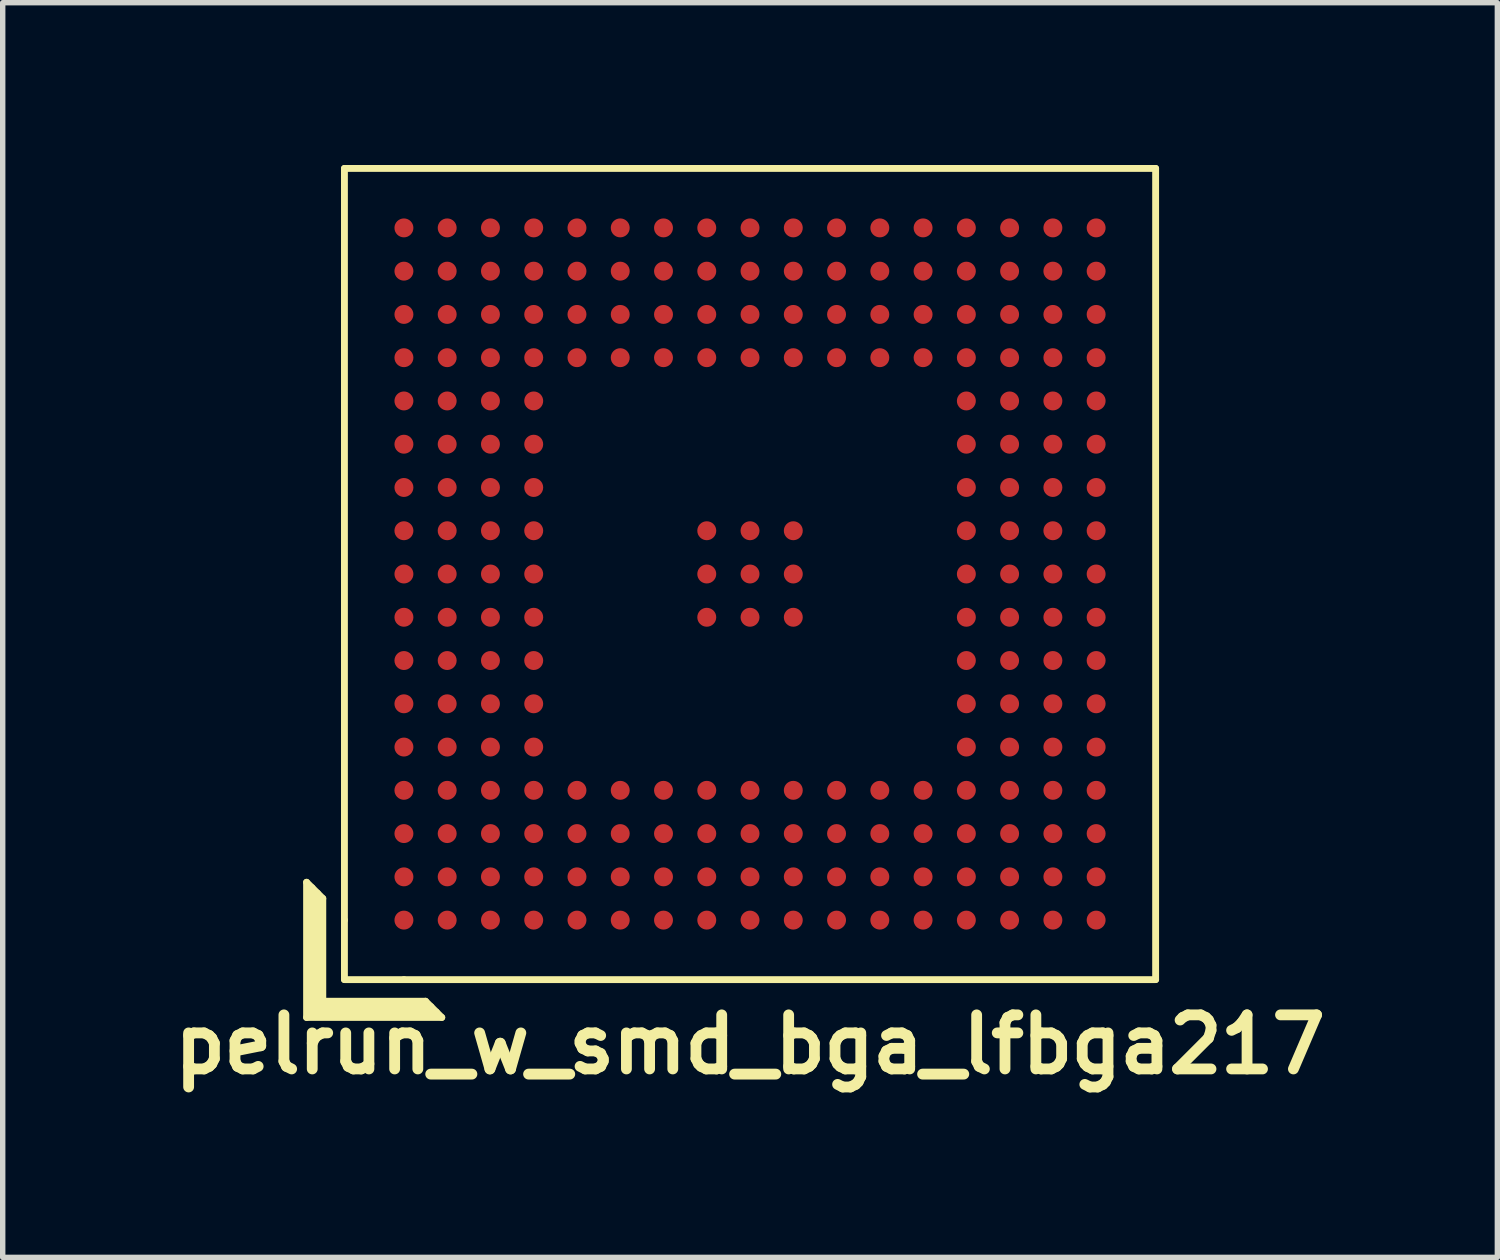
<source format=kicad_pcb>
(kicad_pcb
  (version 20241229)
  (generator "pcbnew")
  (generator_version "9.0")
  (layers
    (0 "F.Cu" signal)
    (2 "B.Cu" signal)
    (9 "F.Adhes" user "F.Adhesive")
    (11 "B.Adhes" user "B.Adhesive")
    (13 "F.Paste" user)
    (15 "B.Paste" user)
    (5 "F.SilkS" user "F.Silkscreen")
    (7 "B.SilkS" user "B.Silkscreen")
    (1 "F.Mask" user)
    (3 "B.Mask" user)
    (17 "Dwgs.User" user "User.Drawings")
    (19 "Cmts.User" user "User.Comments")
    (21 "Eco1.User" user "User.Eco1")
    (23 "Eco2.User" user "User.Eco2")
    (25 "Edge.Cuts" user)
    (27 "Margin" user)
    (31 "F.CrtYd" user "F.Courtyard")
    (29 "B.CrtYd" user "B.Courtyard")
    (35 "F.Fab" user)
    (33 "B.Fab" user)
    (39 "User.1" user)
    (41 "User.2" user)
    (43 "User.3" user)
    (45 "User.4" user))
  (footprint "pelrun_w_smd_bga_lfbga217"
    (layer "F.Cu")
    (at 10.819 7.564)
    (property "Reference" "pelrun_w_smd_bga_lfbga217" (at 0 8.7 0) (layer "F.SilkS") (effects (font (size 1 1) (thickness 0.2))))
    (attr through_hole)
    (fp_line (start -8.2 5.7) (end -7.9 6) (stroke (width 0.127) (type solid)) (layer "F.SilkS"))
    (fp_line (start -8.2 8.2) (end -8.2 5.7) (stroke (width 0.127) (type solid)) (layer "F.SilkS"))
    (fp_line (start -8.1 5.8) (end -8.1 8.1) (stroke (width 0.127) (type solid)) (layer "F.SilkS"))
    (fp_line (start -8.1 8.1) (end -5.8 8.1) (stroke (width 0.127) (type solid)) (layer "F.SilkS"))
    (fp_line (start -8 8) (end -8 5.9) (stroke (width 0.127) (type solid)) (layer "F.SilkS"))
    (fp_line (start -7.9 6) (end -7.9 7.9) (stroke (width 0.127) (type solid)) (layer "F.SilkS"))
    (fp_line (start -7.9 7.9) (end -6 7.9) (stroke (width 0.127) (type solid)) (layer "F.SilkS"))
    (fp_line (start -7.5 -7.5) (end 7.5 -7.5) (stroke (width 0.127) (type solid)) (layer "F.SilkS"))
    (fp_line (start -7.5 6.4) (end -7.5 -7.5) (stroke (width 0.127) (type solid)) (layer "F.SilkS"))
    (fp_line (start -7.5 6.4) (end -7.5 7.5) (stroke (width 0.127) (type solid)) (layer "F.SilkS"))
    (fp_line (start -7.5 7.5) (end -6.4 7.5) (stroke (width 0.127) (type solid)) (layer "F.SilkS"))
    (fp_line (start -6 7.9) (end -5.7 8.2) (stroke (width 0.127) (type solid)) (layer "F.SilkS"))
    (fp_line (start -5.9 8) (end -8 8) (stroke (width 0.127) (type solid)) (layer "F.SilkS"))
    (fp_line (start -5.7 8.2) (end -8.2 8.2) (stroke (width 0.127) (type solid)) (layer "F.SilkS"))
    (fp_line (start 7.5 -7.5) (end 7.5 7.5) (stroke (width 0.127) (type solid)) (layer "F.SilkS"))
    (fp_line (start 7.5 7.5) (end -6.4 7.5) (stroke (width 0.127) (type solid)) (layer "F.SilkS"))
    (pad "A1" smd circle (at -6.4 6.4) (size 0.35 0.35) (layers "F.Cu" "F.Mask" "F.Paste"))
    (pad "A2" smd circle (at -5.6 6.4) (size 0.35 0.35) (layers "F.Cu" "F.Mask" "F.Paste"))
    (pad "A3" smd circle (at -4.8 6.4) (size 0.35 0.35) (layers "F.Cu" "F.Mask" "F.Paste"))
    (pad "A4" smd circle (at -4 6.4) (size 0.35 0.35) (layers "F.Cu" "F.Mask" "F.Paste"))
    (pad "A5" smd circle (at -3.2 6.4) (size 0.35 0.35) (layers "F.Cu" "F.Mask" "F.Paste"))
    (pad "A6" smd circle (at -2.4 6.4) (size 0.35 0.35) (layers "F.Cu" "F.Mask" "F.Paste"))
    (pad "A7" smd circle (at -1.6 6.4) (size 0.35 0.35) (layers "F.Cu" "F.Mask" "F.Paste"))
    (pad "A8" smd circle (at -0.8 6.4) (size 0.35 0.35) (layers "F.Cu" "F.Mask" "F.Paste"))
    (pad "A9" smd circle (at 0 6.4) (size 0.35 0.35) (layers "F.Cu" "F.Mask" "F.Paste"))
    (pad "A10" smd circle (at 0.8 6.4) (size 0.35 0.35) (layers "F.Cu" "F.Mask" "F.Paste"))
    (pad "A11" smd circle (at 1.6 6.4) (size 0.35 0.35) (layers "F.Cu" "F.Mask" "F.Paste"))
    (pad "A12" smd circle (at 2.4 6.4) (size 0.35 0.35) (layers "F.Cu" "F.Mask" "F.Paste"))
    (pad "A13" smd circle (at 3.2 6.4) (size 0.35 0.35) (layers "F.Cu" "F.Mask" "F.Paste"))
    (pad "A14" smd circle (at 4 6.4) (size 0.35 0.35) (layers "F.Cu" "F.Mask" "F.Paste"))
    (pad "A15" smd circle (at 4.8 6.4) (size 0.35 0.35) (layers "F.Cu" "F.Mask" "F.Paste"))
    (pad "A16" smd circle (at 5.6 6.4) (size 0.35 0.35) (layers "F.Cu" "F.Mask" "F.Paste"))
    (pad "A17" smd circle (at 6.4 6.4) (size 0.35 0.35) (layers "F.Cu" "F.Mask" "F.Paste"))
    (pad "B1" smd circle (at -6.4 5.6) (size 0.35 0.35) (layers "F.Cu" "F.Mask" "F.Paste"))
    (pad "B2" smd circle (at -5.6 5.6) (size 0.35 0.35) (layers "F.Cu" "F.Mask" "F.Paste"))
    (pad "B3" smd circle (at -4.8 5.6) (size 0.35 0.35) (layers "F.Cu" "F.Mask" "F.Paste"))
    (pad "B4" smd circle (at -4 5.6) (size 0.35 0.35) (layers "F.Cu" "F.Mask" "F.Paste"))
    (pad "B5" smd circle (at -3.2 5.6) (size 0.35 0.35) (layers "F.Cu" "F.Mask" "F.Paste"))
    (pad "B6" smd circle (at -2.4 5.6) (size 0.35 0.35) (layers "F.Cu" "F.Mask" "F.Paste"))
    (pad "B7" smd circle (at -1.6 5.6) (size 0.35 0.35) (layers "F.Cu" "F.Mask" "F.Paste"))
    (pad "B8" smd circle (at -0.8 5.6) (size 0.35 0.35) (layers "F.Cu" "F.Mask" "F.Paste"))
    (pad "B9" smd circle (at 0 5.6) (size 0.35 0.35) (layers "F.Cu" "F.Mask" "F.Paste"))
    (pad "B10" smd circle (at 0.8 5.6) (size 0.35 0.35) (layers "F.Cu" "F.Mask" "F.Paste"))
    (pad "B11" smd circle (at 1.6 5.6) (size 0.35 0.35) (layers "F.Cu" "F.Mask" "F.Paste"))
    (pad "B12" smd circle (at 2.4 5.6) (size 0.35 0.35) (layers "F.Cu" "F.Mask" "F.Paste"))
    (pad "B13" smd circle (at 3.2 5.6) (size 0.35 0.35) (layers "F.Cu" "F.Mask" "F.Paste"))
    (pad "B14" smd circle (at 4 5.6) (size 0.35 0.35) (layers "F.Cu" "F.Mask" "F.Paste"))
    (pad "B15" smd circle (at 4.8 5.6) (size 0.35 0.35) (layers "F.Cu" "F.Mask" "F.Paste"))
    (pad "B16" smd circle (at 5.6 5.6) (size 0.35 0.35) (layers "F.Cu" "F.Mask" "F.Paste"))
    (pad "B17" smd circle (at 6.4 5.6) (size 0.35 0.35) (layers "F.Cu" "F.Mask" "F.Paste"))
    (pad "C1" smd circle (at -6.4 4.8) (size 0.35 0.35) (layers "F.Cu" "F.Mask" "F.Paste"))
    (pad "C2" smd circle (at -5.6 4.8) (size 0.35 0.35) (layers "F.Cu" "F.Mask" "F.Paste"))
    (pad "C3" smd circle (at -4.8 4.8) (size 0.35 0.35) (layers "F.Cu" "F.Mask" "F.Paste"))
    (pad "C4" smd circle (at -4 4.8) (size 0.35 0.35) (layers "F.Cu" "F.Mask" "F.Paste"))
    (pad "C5" smd circle (at -3.2 4.8) (size 0.35 0.35) (layers "F.Cu" "F.Mask" "F.Paste"))
    (pad "C6" smd circle (at -2.4 4.8) (size 0.35 0.35) (layers "F.Cu" "F.Mask" "F.Paste"))
    (pad "C7" smd circle (at -1.6 4.8) (size 0.35 0.35) (layers "F.Cu" "F.Mask" "F.Paste"))
    (pad "C8" smd circle (at -0.8 4.8) (size 0.35 0.35) (layers "F.Cu" "F.Mask" "F.Paste"))
    (pad "C9" smd circle (at 0 4.8) (size 0.35 0.35) (layers "F.Cu" "F.Mask" "F.Paste"))
    (pad "C10" smd circle (at 0.8 4.8) (size 0.35 0.35) (layers "F.Cu" "F.Mask" "F.Paste"))
    (pad "C11" smd circle (at 1.6 4.8) (size 0.35 0.35) (layers "F.Cu" "F.Mask" "F.Paste"))
    (pad "C12" smd circle (at 2.4 4.8) (size 0.35 0.35) (layers "F.Cu" "F.Mask" "F.Paste"))
    (pad "C13" smd circle (at 3.2 4.8) (size 0.35 0.35) (layers "F.Cu" "F.Mask" "F.Paste"))
    (pad "C14" smd circle (at 4 4.8) (size 0.35 0.35) (layers "F.Cu" "F.Mask" "F.Paste"))
    (pad "C15" smd circle (at 4.8 4.8) (size 0.35 0.35) (layers "F.Cu" "F.Mask" "F.Paste"))
    (pad "C16" smd circle (at 5.6 4.8) (size 0.35 0.35) (layers "F.Cu" "F.Mask" "F.Paste"))
    (pad "C17" smd circle (at 6.4 4.8) (size 0.35 0.35) (layers "F.Cu" "F.Mask" "F.Paste"))
    (pad "D1" smd circle (at -6.4 4) (size 0.35 0.35) (layers "F.Cu" "F.Mask" "F.Paste"))
    (pad "D2" smd circle (at -5.6 4) (size 0.35 0.35) (layers "F.Cu" "F.Mask" "F.Paste"))
    (pad "D3" smd circle (at -4.8 4) (size 0.35 0.35) (layers "F.Cu" "F.Mask" "F.Paste"))
    (pad "D4" smd circle (at -4 4) (size 0.35 0.35) (layers "F.Cu" "F.Mask" "F.Paste"))
    (pad "D5" smd circle (at -3.2 4) (size 0.35 0.35) (layers "F.Cu" "F.Mask" "F.Paste"))
    (pad "D6" smd circle (at -2.4 4) (size 0.35 0.35) (layers "F.Cu" "F.Mask" "F.Paste"))
    (pad "D7" smd circle (at -1.6 4) (size 0.35 0.35) (layers "F.Cu" "F.Mask" "F.Paste"))
    (pad "D8" smd circle (at -0.8 4) (size 0.35 0.35) (layers "F.Cu" "F.Mask" "F.Paste"))
    (pad "D9" smd circle (at 0 4) (size 0.35 0.35) (layers "F.Cu" "F.Mask" "F.Paste"))
    (pad "D10" smd circle (at 0.8 4) (size 0.35 0.35) (layers "F.Cu" "F.Mask" "F.Paste"))
    (pad "D11" smd circle (at 1.6 4) (size 0.35 0.35) (layers "F.Cu" "F.Mask" "F.Paste"))
    (pad "D12" smd circle (at 2.4 4) (size 0.35 0.35) (layers "F.Cu" "F.Mask" "F.Paste"))
    (pad "D13" smd circle (at 3.2 4) (size 0.35 0.35) (layers "F.Cu" "F.Mask" "F.Paste"))
    (pad "D14" smd circle (at 4 4) (size 0.35 0.35) (layers "F.Cu" "F.Mask" "F.Paste"))
    (pad "D15" smd circle (at 4.8 4) (size 0.35 0.35) (layers "F.Cu" "F.Mask" "F.Paste"))
    (pad "D16" smd circle (at 5.6 4) (size 0.35 0.35) (layers "F.Cu" "F.Mask" "F.Paste"))
    (pad "D17" smd circle (at 6.4 4) (size 0.35 0.35) (layers "F.Cu" "F.Mask" "F.Paste"))
    (pad "E1" smd circle (at -6.4 3.2) (size 0.35 0.35) (layers "F.Cu" "F.Mask" "F.Paste"))
    (pad "E2" smd circle (at -5.6 3.2) (size 0.35 0.35) (layers "F.Cu" "F.Mask" "F.Paste"))
    (pad "E3" smd circle (at -4.8 3.2) (size 0.35 0.35) (layers "F.Cu" "F.Mask" "F.Paste"))
    (pad "E4" smd circle (at -4 3.2) (size 0.35 0.35) (layers "F.Cu" "F.Mask" "F.Paste"))
    (pad "E14" smd circle (at 4 3.2) (size 0.35 0.35) (layers "F.Cu" "F.Mask" "F.Paste"))
    (pad "E15" smd circle (at 4.8 3.2) (size 0.35 0.35) (layers "F.Cu" "F.Mask" "F.Paste"))
    (pad "E16" smd circle (at 5.6 3.2) (size 0.35 0.35) (layers "F.Cu" "F.Mask" "F.Paste"))
    (pad "E17" smd circle (at 6.4 3.2) (size 0.35 0.35) (layers "F.Cu" "F.Mask" "F.Paste"))
    (pad "F1" smd circle (at -6.4 2.4) (size 0.35 0.35) (layers "F.Cu" "F.Mask" "F.Paste"))
    (pad "F2" smd circle (at -5.6 2.4) (size 0.35 0.35) (layers "F.Cu" "F.Mask" "F.Paste"))
    (pad "F3" smd circle (at -4.8 2.4) (size 0.35 0.35) (layers "F.Cu" "F.Mask" "F.Paste"))
    (pad "F4" smd circle (at -4 2.4) (size 0.35 0.35) (layers "F.Cu" "F.Mask" "F.Paste"))
    (pad "F14" smd circle (at 4 2.4) (size 0.35 0.35) (layers "F.Cu" "F.Mask" "F.Paste"))
    (pad "F15" smd circle (at 4.8 2.4) (size 0.35 0.35) (layers "F.Cu" "F.Mask" "F.Paste"))
    (pad "F16" smd circle (at 5.6 2.4) (size 0.35 0.35) (layers "F.Cu" "F.Mask" "F.Paste"))
    (pad "F17" smd circle (at 6.4 2.4) (size 0.35 0.35) (layers "F.Cu" "F.Mask" "F.Paste"))
    (pad "G1" smd circle (at -6.4 1.6) (size 0.35 0.35) (layers "F.Cu" "F.Mask" "F.Paste"))
    (pad "G2" smd circle (at -5.6 1.6) (size 0.35 0.35) (layers "F.Cu" "F.Mask" "F.Paste"))
    (pad "G3" smd circle (at -4.8 1.6) (size 0.35 0.35) (layers "F.Cu" "F.Mask" "F.Paste"))
    (pad "G4" smd circle (at -4 1.6) (size 0.35 0.35) (layers "F.Cu" "F.Mask" "F.Paste"))
    (pad "G14" smd circle (at 4 1.6) (size 0.35 0.35) (layers "F.Cu" "F.Mask" "F.Paste"))
    (pad "G15" smd circle (at 4.8 1.6) (size 0.35 0.35) (layers "F.Cu" "F.Mask" "F.Paste"))
    (pad "G16" smd circle (at 5.6 1.6) (size 0.35 0.35) (layers "F.Cu" "F.Mask" "F.Paste"))
    (pad "G17" smd circle (at 6.4 1.6) (size 0.35 0.35) (layers "F.Cu" "F.Mask" "F.Paste"))
    (pad "H1" smd circle (at -6.4 0.8) (size 0.35 0.35) (layers "F.Cu" "F.Mask" "F.Paste"))
    (pad "H2" smd circle (at -5.6 0.8) (size 0.35 0.35) (layers "F.Cu" "F.Mask" "F.Paste"))
    (pad "H3" smd circle (at -4.8 0.8) (size 0.35 0.35) (layers "F.Cu" "F.Mask" "F.Paste"))
    (pad "H4" smd circle (at -4 0.8) (size 0.35 0.35) (layers "F.Cu" "F.Mask" "F.Paste"))
    (pad "H8" smd circle (at -0.8 0.8) (size 0.35 0.35) (layers "F.Cu" "F.Mask" "F.Paste"))
    (pad "H9" smd circle (at 0 0.8) (size 0.35 0.35) (layers "F.Cu" "F.Mask" "F.Paste"))
    (pad "H10" smd circle (at 0.8 0.8) (size 0.35 0.35) (layers "F.Cu" "F.Mask" "F.Paste"))
    (pad "H14" smd circle (at 4 0.8) (size 0.35 0.35) (layers "F.Cu" "F.Mask" "F.Paste"))
    (pad "H15" smd circle (at 4.8 0.8) (size 0.35 0.35) (layers "F.Cu" "F.Mask" "F.Paste"))
    (pad "H16" smd circle (at 5.6 0.8) (size 0.35 0.35) (layers "F.Cu" "F.Mask" "F.Paste"))
    (pad "H17" smd circle (at 6.4 0.8) (size 0.35 0.35) (layers "F.Cu" "F.Mask" "F.Paste"))
    (pad "J1" smd circle (at -6.4 0) (size 0.35 0.35) (layers "F.Cu" "F.Mask" "F.Paste"))
    (pad "J2" smd circle (at -5.6 0) (size 0.35 0.35) (layers "F.Cu" "F.Mask" "F.Paste"))
    (pad "J3" smd circle (at -4.8 0) (size 0.35 0.35) (layers "F.Cu" "F.Mask" "F.Paste"))
    (pad "J4" smd circle (at -4 0) (size 0.35 0.35) (layers "F.Cu" "F.Mask" "F.Paste"))
    (pad "J8" smd circle (at -0.8 0) (size 0.35 0.35) (layers "F.Cu" "F.Mask" "F.Paste"))
    (pad "J9" smd circle (at 0 0) (size 0.35 0.35) (layers "F.Cu" "F.Mask" "F.Paste"))
    (pad "J10" smd circle (at 0.8 0) (size 0.35 0.35) (layers "F.Cu" "F.Mask" "F.Paste"))
    (pad "J14" smd circle (at 4 0) (size 0.35 0.35) (layers "F.Cu" "F.Mask" "F.Paste"))
    (pad "J15" smd circle (at 4.8 0) (size 0.35 0.35) (layers "F.Cu" "F.Mask" "F.Paste"))
    (pad "J16" smd circle (at 5.6 0) (size 0.35 0.35) (layers "F.Cu" "F.Mask" "F.Paste"))
    (pad "J17" smd circle (at 6.4 0) (size 0.35 0.35) (layers "F.Cu" "F.Mask" "F.Paste"))
    (pad "K1" smd circle (at -6.4 -0.8) (size 0.35 0.35) (layers "F.Cu" "F.Mask" "F.Paste"))
    (pad "K2" smd circle (at -5.6 -0.8) (size 0.35 0.35) (layers "F.Cu" "F.Mask" "F.Paste"))
    (pad "K3" smd circle (at -4.8 -0.8) (size 0.35 0.35) (layers "F.Cu" "F.Mask" "F.Paste"))
    (pad "K4" smd circle (at -4 -0.8) (size 0.35 0.35) (layers "F.Cu" "F.Mask" "F.Paste"))
    (pad "K8" smd circle (at -0.8 -0.8) (size 0.35 0.35) (layers "F.Cu" "F.Mask" "F.Paste"))
    (pad "K9" smd circle (at 0 -0.8) (size 0.35 0.35) (layers "F.Cu" "F.Mask" "F.Paste"))
    (pad "K10" smd circle (at 0.8 -0.8) (size 0.35 0.35) (layers "F.Cu" "F.Mask" "F.Paste"))
    (pad "K14" smd circle (at 4 -0.8) (size 0.35 0.35) (layers "F.Cu" "F.Mask" "F.Paste"))
    (pad "K15" smd circle (at 4.8 -0.8) (size 0.35 0.35) (layers "F.Cu" "F.Mask" "F.Paste"))
    (pad "K16" smd circle (at 5.6 -0.8) (size 0.35 0.35) (layers "F.Cu" "F.Mask" "F.Paste"))
    (pad "K17" smd circle (at 6.4 -0.8) (size 0.35 0.35) (layers "F.Cu" "F.Mask" "F.Paste"))
    (pad "L1" smd circle (at -6.4 -1.6) (size 0.35 0.35) (layers "F.Cu" "F.Mask" "F.Paste"))
    (pad "L2" smd circle (at -5.6 -1.6) (size 0.35 0.35) (layers "F.Cu" "F.Mask" "F.Paste"))
    (pad "L3" smd circle (at -4.8 -1.6) (size 0.35 0.35) (layers "F.Cu" "F.Mask" "F.Paste"))
    (pad "L4" smd circle (at -4 -1.6) (size 0.35 0.35) (layers "F.Cu" "F.Mask" "F.Paste"))
    (pad "L14" smd circle (at 4 -1.6) (size 0.35 0.35) (layers "F.Cu" "F.Mask" "F.Paste"))
    (pad "L15" smd circle (at 4.8 -1.6) (size 0.35 0.35) (layers "F.Cu" "F.Mask" "F.Paste"))
    (pad "L16" smd circle (at 5.6 -1.6) (size 0.35 0.35) (layers "F.Cu" "F.Mask" "F.Paste"))
    (pad "L17" smd circle (at 6.4 -1.6) (size 0.35 0.35) (layers "F.Cu" "F.Mask" "F.Paste"))
    (pad "M1" smd circle (at -6.4 -2.4) (size 0.35 0.35) (layers "F.Cu" "F.Mask" "F.Paste"))
    (pad "M2" smd circle (at -5.6 -2.4) (size 0.35 0.35) (layers "F.Cu" "F.Mask" "F.Paste"))
    (pad "M3" smd circle (at -4.8 -2.4) (size 0.35 0.35) (layers "F.Cu" "F.Mask" "F.Paste"))
    (pad "M4" smd circle (at -4 -2.4) (size 0.35 0.35) (layers "F.Cu" "F.Mask" "F.Paste"))
    (pad "M14" smd circle (at 4 -2.4) (size 0.35 0.35) (layers "F.Cu" "F.Mask" "F.Paste"))
    (pad "M15" smd circle (at 4.8 -2.4) (size 0.35 0.35) (layers "F.Cu" "F.Mask" "F.Paste"))
    (pad "M16" smd circle (at 5.6 -2.4) (size 0.35 0.35) (layers "F.Cu" "F.Mask" "F.Paste"))
    (pad "M17" smd circle (at 6.4 -2.4) (size 0.35 0.35) (layers "F.Cu" "F.Mask" "F.Paste"))
    (pad "N1" smd circle (at -6.4 -3.2) (size 0.35 0.35) (layers "F.Cu" "F.Mask" "F.Paste"))
    (pad "N2" smd circle (at -5.6 -3.2) (size 0.35 0.35) (layers "F.Cu" "F.Mask" "F.Paste"))
    (pad "N3" smd circle (at -4.8 -3.2) (size 0.35 0.35) (layers "F.Cu" "F.Mask" "F.Paste"))
    (pad "N4" smd circle (at -4 -3.2) (size 0.35 0.35) (layers "F.Cu" "F.Mask" "F.Paste"))
    (pad "N14" smd circle (at 4 -3.2) (size 0.35 0.35) (layers "F.Cu" "F.Mask" "F.Paste"))
    (pad "N15" smd circle (at 4.8 -3.2) (size 0.35 0.35) (layers "F.Cu" "F.Mask" "F.Paste"))
    (pad "N16" smd circle (at 5.6 -3.2) (size 0.35 0.35) (layers "F.Cu" "F.Mask" "F.Paste"))
    (pad "N17" smd circle (at 6.4 -3.2) (size 0.35 0.35) (layers "F.Cu" "F.Mask" "F.Paste"))
    (pad "P1" smd circle (at -6.4 -4) (size 0.35 0.35) (layers "F.Cu" "F.Mask" "F.Paste"))
    (pad "P2" smd circle (at -5.6 -4) (size 0.35 0.35) (layers "F.Cu" "F.Mask" "F.Paste"))
    (pad "P3" smd circle (at -4.8 -4) (size 0.35 0.35) (layers "F.Cu" "F.Mask" "F.Paste"))
    (pad "P4" smd circle (at -4 -4) (size 0.35 0.35) (layers "F.Cu" "F.Mask" "F.Paste"))
    (pad "P5" smd circle (at -3.2 -4) (size 0.35 0.35) (layers "F.Cu" "F.Mask" "F.Paste"))
    (pad "P6" smd circle (at -2.4 -4) (size 0.35 0.35) (layers "F.Cu" "F.Mask" "F.Paste"))
    (pad "P7" smd circle (at -1.6 -4) (size 0.35 0.35) (layers "F.Cu" "F.Mask" "F.Paste"))
    (pad "P8" smd circle (at -0.8 -4) (size 0.35 0.35) (layers "F.Cu" "F.Mask" "F.Paste"))
    (pad "P9" smd circle (at 0 -4) (size 0.35 0.35) (layers "F.Cu" "F.Mask" "F.Paste"))
    (pad "P10" smd circle (at 0.8 -4) (size 0.35 0.35) (layers "F.Cu" "F.Mask" "F.Paste"))
    (pad "P11" smd circle (at 1.6 -4) (size 0.35 0.35) (layers "F.Cu" "F.Mask" "F.Paste"))
    (pad "P12" smd circle (at 2.4 -4) (size 0.35 0.35) (layers "F.Cu" "F.Mask" "F.Paste"))
    (pad "P13" smd circle (at 3.2 -4) (size 0.35 0.35) (layers "F.Cu" "F.Mask" "F.Paste"))
    (pad "P14" smd circle (at 4 -4) (size 0.35 0.35) (layers "F.Cu" "F.Mask" "F.Paste"))
    (pad "P15" smd circle (at 4.8 -4) (size 0.35 0.35) (layers "F.Cu" "F.Mask" "F.Paste"))
    (pad "P16" smd circle (at 5.6 -4) (size 0.35 0.35) (layers "F.Cu" "F.Mask" "F.Paste"))
    (pad "P17" smd circle (at 6.4 -4) (size 0.35 0.35) (layers "F.Cu" "F.Mask" "F.Paste"))
    (pad "R1" smd circle (at -6.4 -4.8) (size 0.35 0.35) (layers "F.Cu" "F.Mask" "F.Paste"))
    (pad "R2" smd circle (at -5.6 -4.8) (size 0.35 0.35) (layers "F.Cu" "F.Mask" "F.Paste"))
    (pad "R3" smd circle (at -4.8 -4.8) (size 0.35 0.35) (layers "F.Cu" "F.Mask" "F.Paste"))
    (pad "R4" smd circle (at -4 -4.8) (size 0.35 0.35) (layers "F.Cu" "F.Mask" "F.Paste"))
    (pad "R5" smd circle (at -3.2 -4.8) (size 0.35 0.35) (layers "F.Cu" "F.Mask" "F.Paste"))
    (pad "R6" smd circle (at -2.4 -4.8) (size 0.35 0.35) (layers "F.Cu" "F.Mask" "F.Paste"))
    (pad "R7" smd circle (at -1.6 -4.8) (size 0.35 0.35) (layers "F.Cu" "F.Mask" "F.Paste"))
    (pad "R8" smd circle (at -0.8 -4.8) (size 0.35 0.35) (layers "F.Cu" "F.Mask" "F.Paste"))
    (pad "R9" smd circle (at 0 -4.8) (size 0.35 0.35) (layers "F.Cu" "F.Mask" "F.Paste"))
    (pad "R10" smd circle (at 0.8 -4.8) (size 0.35 0.35) (layers "F.Cu" "F.Mask" "F.Paste"))
    (pad "R11" smd circle (at 1.6 -4.8) (size 0.35 0.35) (layers "F.Cu" "F.Mask" "F.Paste"))
    (pad "R12" smd circle (at 2.4 -4.8) (size 0.35 0.35) (layers "F.Cu" "F.Mask" "F.Paste"))
    (pad "R13" smd circle (at 3.2 -4.8) (size 0.35 0.35) (layers "F.Cu" "F.Mask" "F.Paste"))
    (pad "R14" smd circle (at 4 -4.8) (size 0.35 0.35) (layers "F.Cu" "F.Mask" "F.Paste"))
    (pad "R15" smd circle (at 4.8 -4.8) (size 0.35 0.35) (layers "F.Cu" "F.Mask" "F.Paste"))
    (pad "R16" smd circle (at 5.6 -4.8) (size 0.35 0.35) (layers "F.Cu" "F.Mask" "F.Paste"))
    (pad "R17" smd circle (at 6.4 -4.8) (size 0.35 0.35) (layers "F.Cu" "F.Mask" "F.Paste"))
    (pad "T1" smd circle (at -6.4 -5.6) (size 0.35 0.35) (layers "F.Cu" "F.Mask" "F.Paste"))
    (pad "T2" smd circle (at -5.6 -5.6) (size 0.35 0.35) (layers "F.Cu" "F.Mask" "F.Paste"))
    (pad "T3" smd circle (at -4.8 -5.6) (size 0.35 0.35) (layers "F.Cu" "F.Mask" "F.Paste"))
    (pad "T4" smd circle (at -4 -5.6) (size 0.35 0.35) (layers "F.Cu" "F.Mask" "F.Paste"))
    (pad "T5" smd circle (at -3.2 -5.6) (size 0.35 0.35) (layers "F.Cu" "F.Mask" "F.Paste"))
    (pad "T6" smd circle (at -2.4 -5.6) (size 0.35 0.35) (layers "F.Cu" "F.Mask" "F.Paste"))
    (pad "T7" smd circle (at -1.6 -5.6) (size 0.35 0.35) (layers "F.Cu" "F.Mask" "F.Paste"))
    (pad "T8" smd circle (at -0.8 -5.6) (size 0.35 0.35) (layers "F.Cu" "F.Mask" "F.Paste"))
    (pad "T9" smd circle (at 0 -5.6) (size 0.35 0.35) (layers "F.Cu" "F.Mask" "F.Paste"))
    (pad "T10" smd circle (at 0.8 -5.6) (size 0.35 0.35) (layers "F.Cu" "F.Mask" "F.Paste"))
    (pad "T11" smd circle (at 1.6 -5.6) (size 0.35 0.35) (layers "F.Cu" "F.Mask" "F.Paste"))
    (pad "T12" smd circle (at 2.4 -5.6) (size 0.35 0.35) (layers "F.Cu" "F.Mask" "F.Paste"))
    (pad "T13" smd circle (at 3.2 -5.6) (size 0.35 0.35) (layers "F.Cu" "F.Mask" "F.Paste"))
    (pad "T14" smd circle (at 4 -5.6) (size 0.35 0.35) (layers "F.Cu" "F.Mask" "F.Paste"))
    (pad "T15" smd circle (at 4.8 -5.6) (size 0.35 0.35) (layers "F.Cu" "F.Mask" "F.Paste"))
    (pad "T16" smd circle (at 5.6 -5.6) (size 0.35 0.35) (layers "F.Cu" "F.Mask" "F.Paste"))
    (pad "T17" smd circle (at 6.4 -5.6) (size 0.35 0.35) (layers "F.Cu" "F.Mask" "F.Paste"))
    (pad "U1" smd circle (at -6.4 -6.4) (size 0.35 0.35) (layers "F.Cu" "F.Mask" "F.Paste"))
    (pad "U2" smd circle (at -5.6 -6.4) (size 0.35 0.35) (layers "F.Cu" "F.Mask" "F.Paste"))
    (pad "U3" smd circle (at -4.8 -6.4) (size 0.35 0.35) (layers "F.Cu" "F.Mask" "F.Paste"))
    (pad "U4" smd circle (at -4 -6.4) (size 0.35 0.35) (layers "F.Cu" "F.Mask" "F.Paste"))
    (pad "U5" smd circle (at -3.2 -6.4) (size 0.35 0.35) (layers "F.Cu" "F.Mask" "F.Paste"))
    (pad "U6" smd circle (at -2.4 -6.4) (size 0.35 0.35) (layers "F.Cu" "F.Mask" "F.Paste"))
    (pad "U7" smd circle (at -1.6 -6.4) (size 0.35 0.35) (layers "F.Cu" "F.Mask" "F.Paste"))
    (pad "U8" smd circle (at -0.8 -6.4) (size 0.35 0.35) (layers "F.Cu" "F.Mask" "F.Paste"))
    (pad "U9" smd circle (at 0 -6.4) (size 0.35 0.35) (layers "F.Cu" "F.Mask" "F.Paste"))
    (pad "U10" smd circle (at 0.8 -6.4) (size 0.35 0.35) (layers "F.Cu" "F.Mask" "F.Paste"))
    (pad "U11" smd circle (at 1.6 -6.4) (size 0.35 0.35) (layers "F.Cu" "F.Mask" "F.Paste"))
    (pad "U12" smd circle (at 2.4 -6.4) (size 0.35 0.35) (layers "F.Cu" "F.Mask" "F.Paste"))
    (pad "U13" smd circle (at 3.2 -6.4) (size 0.35 0.35) (layers "F.Cu" "F.Mask" "F.Paste"))
    (pad "U14" smd circle (at 4 -6.4) (size 0.35 0.35) (layers "F.Cu" "F.Mask" "F.Paste"))
    (pad "U15" smd circle (at 4.8 -6.4) (size 0.35 0.35) (layers "F.Cu" "F.Mask" "F.Paste"))
    (pad "U16" smd circle (at 5.6 -6.4) (size 0.35 0.35) (layers "F.Cu" "F.Mask" "F.Paste"))
    (pad "U17" smd circle (at 6.4 -6.4) (size 0.35 0.35) (layers "F.Cu" "F.Mask" "F.Paste")))
  (gr_rect
    (start -3 -3)
    (end 24.638 20.2)
    (stroke (width 0.1) (type default))
    (fill no)
    (layer "Edge.Cuts")))
</source>
